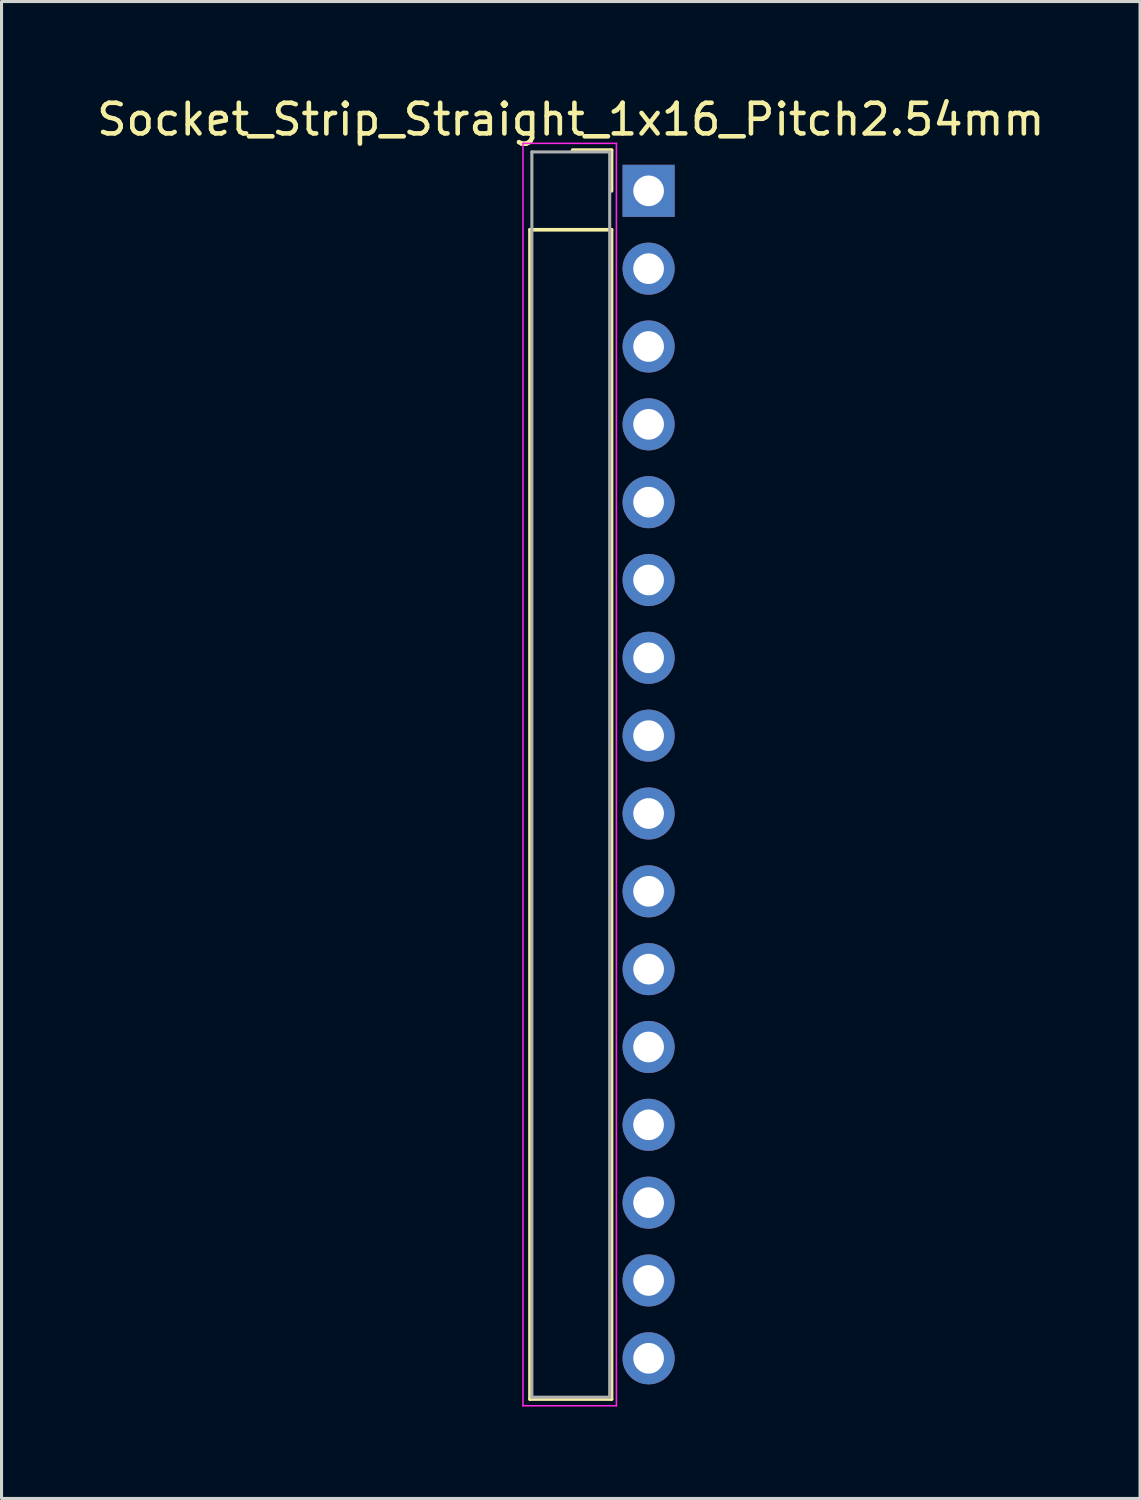
<source format=kicad_pcb>
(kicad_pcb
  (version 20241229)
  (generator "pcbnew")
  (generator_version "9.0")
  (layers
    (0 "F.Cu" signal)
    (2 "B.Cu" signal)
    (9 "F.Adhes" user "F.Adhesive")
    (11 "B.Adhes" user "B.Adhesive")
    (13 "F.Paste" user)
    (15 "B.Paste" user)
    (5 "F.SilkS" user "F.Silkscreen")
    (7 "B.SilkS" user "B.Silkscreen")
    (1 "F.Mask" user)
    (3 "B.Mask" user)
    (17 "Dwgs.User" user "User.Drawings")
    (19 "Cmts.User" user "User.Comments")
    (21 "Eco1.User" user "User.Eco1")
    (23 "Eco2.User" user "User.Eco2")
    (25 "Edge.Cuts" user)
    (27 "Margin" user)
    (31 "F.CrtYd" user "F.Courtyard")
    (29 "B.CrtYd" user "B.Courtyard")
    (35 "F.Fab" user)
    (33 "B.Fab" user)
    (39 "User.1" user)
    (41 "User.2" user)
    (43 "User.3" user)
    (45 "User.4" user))
  (footprint "Socket_Strip_Straight_1x16_Pitch2.54mm"
    (layer "F.Cu")
    (at 18.117 3.178)
    (property "Reference" "Socket_Strip_Straight_1x16_Pitch2.54mm" (at -2.54 -2.33 0) (layer "F.SilkS") (effects (font (size 1 1) (thickness 0.15))))
    (attr through_hole)
    (fp_line (start -3.87 1.27) (end -3.87 39.43) (stroke (width 0.12) (type solid)) (layer "F.SilkS"))
    (fp_line (start -3.87 39.43) (end -1.21 39.43) (stroke (width 0.12) (type solid)) (layer "F.SilkS"))
    (fp_line (start -1.21 -1.33) (end -2.48 -1.33) (stroke (width 0.12) (type solid)) (layer "F.SilkS"))
    (fp_line (start -1.21 0) (end -1.21 -1.33) (stroke (width 0.12) (type solid)) (layer "F.SilkS"))
    (fp_line (start -1.21 1.27) (end -3.87 1.27) (stroke (width 0.12) (type solid)) (layer "F.SilkS"))
    (fp_line (start -1.21 39.43) (end -1.21 1.27) (stroke (width 0.12) (type solid)) (layer "F.SilkS"))
    (fp_line (start -4.1 -1.55) (end -4.1 39.65) (stroke (width 0.05) (type solid)) (layer "F.CrtYd"))
    (fp_line (start -4.1 39.65) (end -1.05 39.65) (stroke (width 0.05) (type solid)) (layer "F.CrtYd"))
    (fp_line (start -1.05 -1.55) (end -4.1 -1.55) (stroke (width 0.05) (type solid)) (layer "F.CrtYd"))
    (fp_line (start -1.05 39.65) (end -1.05 -1.55) (stroke (width 0.05) (type solid)) (layer "F.CrtYd"))
    (fp_line (start -3.81 -1.27) (end -3.81 39.37) (stroke (width 0.1) (type solid)) (layer "F.Fab"))
    (fp_line (start -3.81 39.37) (end -1.27 39.37) (stroke (width 0.1) (type solid)) (layer "F.Fab"))
    (fp_line (start -1.27 -1.27) (end -3.81 -1.27) (stroke (width 0.1) (type solid)) (layer "F.Fab"))
    (fp_line (start -1.27 39.37) (end -1.27 -1.27) (stroke (width 0.1) (type solid)) (layer "F.Fab"))
    (pad "1" thru_hole rect (at 0 0) (size 1.7 1.7) (drill 1) (layers "*.Cu" "*.Mask"))
    (pad "2" thru_hole oval (at 0 2.54) (size 1.7 1.7) (drill 1) (layers "*.Cu" "*.Mask"))
    (pad "3" thru_hole oval (at 0 5.08) (size 1.7 1.7) (drill 1) (layers "*.Cu" "*.Mask"))
    (pad "4" thru_hole oval (at 0 7.62) (size 1.7 1.7) (drill 1) (layers "*.Cu" "*.Mask"))
    (pad "5" thru_hole oval (at 0 10.16) (size 1.7 1.7) (drill 1) (layers "*.Cu" "*.Mask"))
    (pad "6" thru_hole oval (at 0 12.7) (size 1.7 1.7) (drill 1) (layers "*.Cu" "*.Mask"))
    (pad "7" thru_hole oval (at 0 15.24) (size 1.7 1.7) (drill 1) (layers "*.Cu" "*.Mask"))
    (pad "8" thru_hole oval (at 0 17.78) (size 1.7 1.7) (drill 1) (layers "*.Cu" "*.Mask"))
    (pad "9" thru_hole oval (at 0 20.32) (size 1.7 1.7) (drill 1) (layers "*.Cu" "*.Mask"))
    (pad "10" thru_hole oval (at 0 22.86) (size 1.7 1.7) (drill 1) (layers "*.Cu" "*.Mask"))
    (pad "11" thru_hole oval (at 0 25.4) (size 1.7 1.7) (drill 1) (layers "*.Cu" "*.Mask"))
    (pad "12" thru_hole oval (at 0 27.94) (size 1.7 1.7) (drill 1) (layers "*.Cu" "*.Mask"))
    (pad "13" thru_hole oval (at 0 30.48) (size 1.7 1.7) (drill 1) (layers "*.Cu" "*.Mask"))
    (pad "14" thru_hole oval (at 0 33.02) (size 1.7 1.7) (drill 1) (layers "*.Cu" "*.Mask"))
    (pad "15" thru_hole oval (at 0 35.56) (size 1.7 1.7) (drill 1) (layers "*.Cu" "*.Mask"))
    (pad "16" thru_hole oval (at 0 38.1) (size 1.7 1.7) (drill 1) (layers "*.Cu" "*.Mask")))
  (gr_rect
    (start -3 -3)
    (end 34.155 45.853)
    (stroke (width 0.1) (type default))
    (fill no)
    (layer "Edge.Cuts")))
</source>
